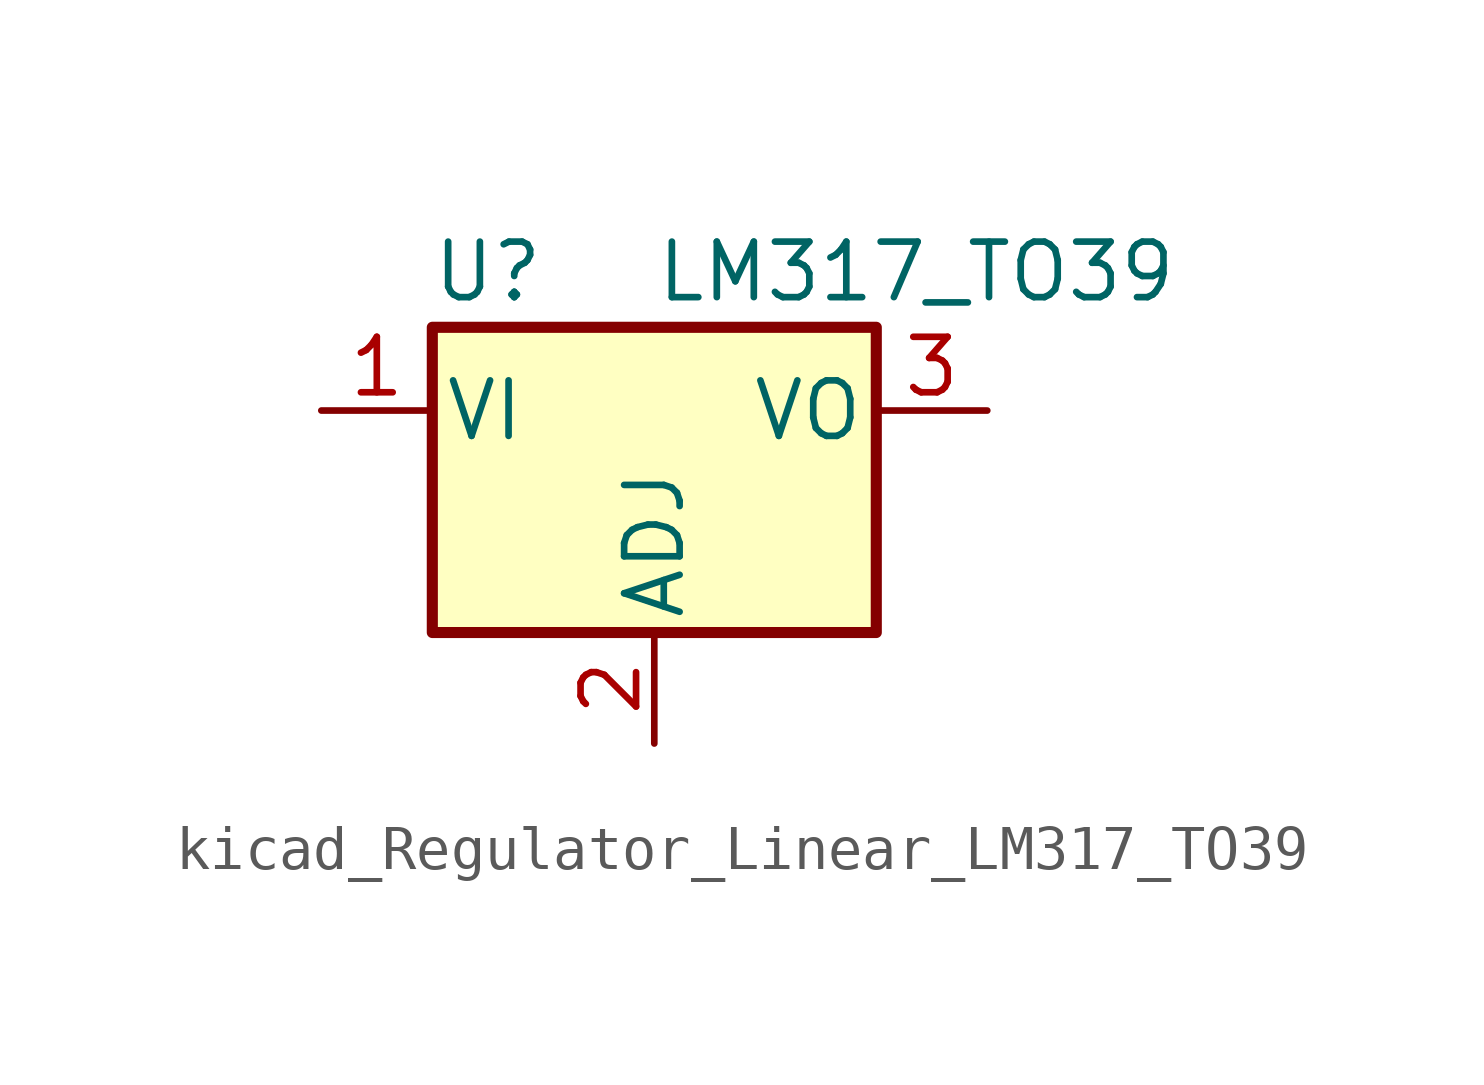
<source format=kicad_sym>
(kicad_symbol_lib
  (version 20220914)
  (generator kicad_symbol_editor)
  (symbol "kicad_Regulator_Linear_LM317_TO39"
    (pin_names
      (offset 0.254))
    (property "Reference" "U"
      (at -3.81 3.175 0)
      (effects (font (size 1.27 1.27))))
    (property "Value" "LM317_TO39"
      (at 0 3.175 0)
      (effects (font (size 1.27 1.27)) (justify left)))
    (symbol "kicad_Regulator_Linear_LM317_TO39_0_1"
      (rectangle (start -5.08 1.905) (end 5.08 -5.08) (stroke (width 0.254) (type default)) (fill (type background))))
    (symbol "kicad_Regulator_Linear_LM317_TO39_1_1"
      (pin power_in line (at -7.62 0 0) (length 2.54) (name "VI" (effects (font (size 1.27 1.27)))) (number "1" (effects (font (size 1.27 1.27)))))
      (pin input line (at 0 -7.62 90) (length 2.54) (name "ADJ" (effects (font (size 1.27 1.27)))) (number "2" (effects (font (size 1.27 1.27)))))
      (pin power_out line (at 7.62 0 180) (length 2.54) (name "VO" (effects (font (size 1.27 1.27)))) (number "3" (effects (font (size 1.27 1.27))))))))
</source>
